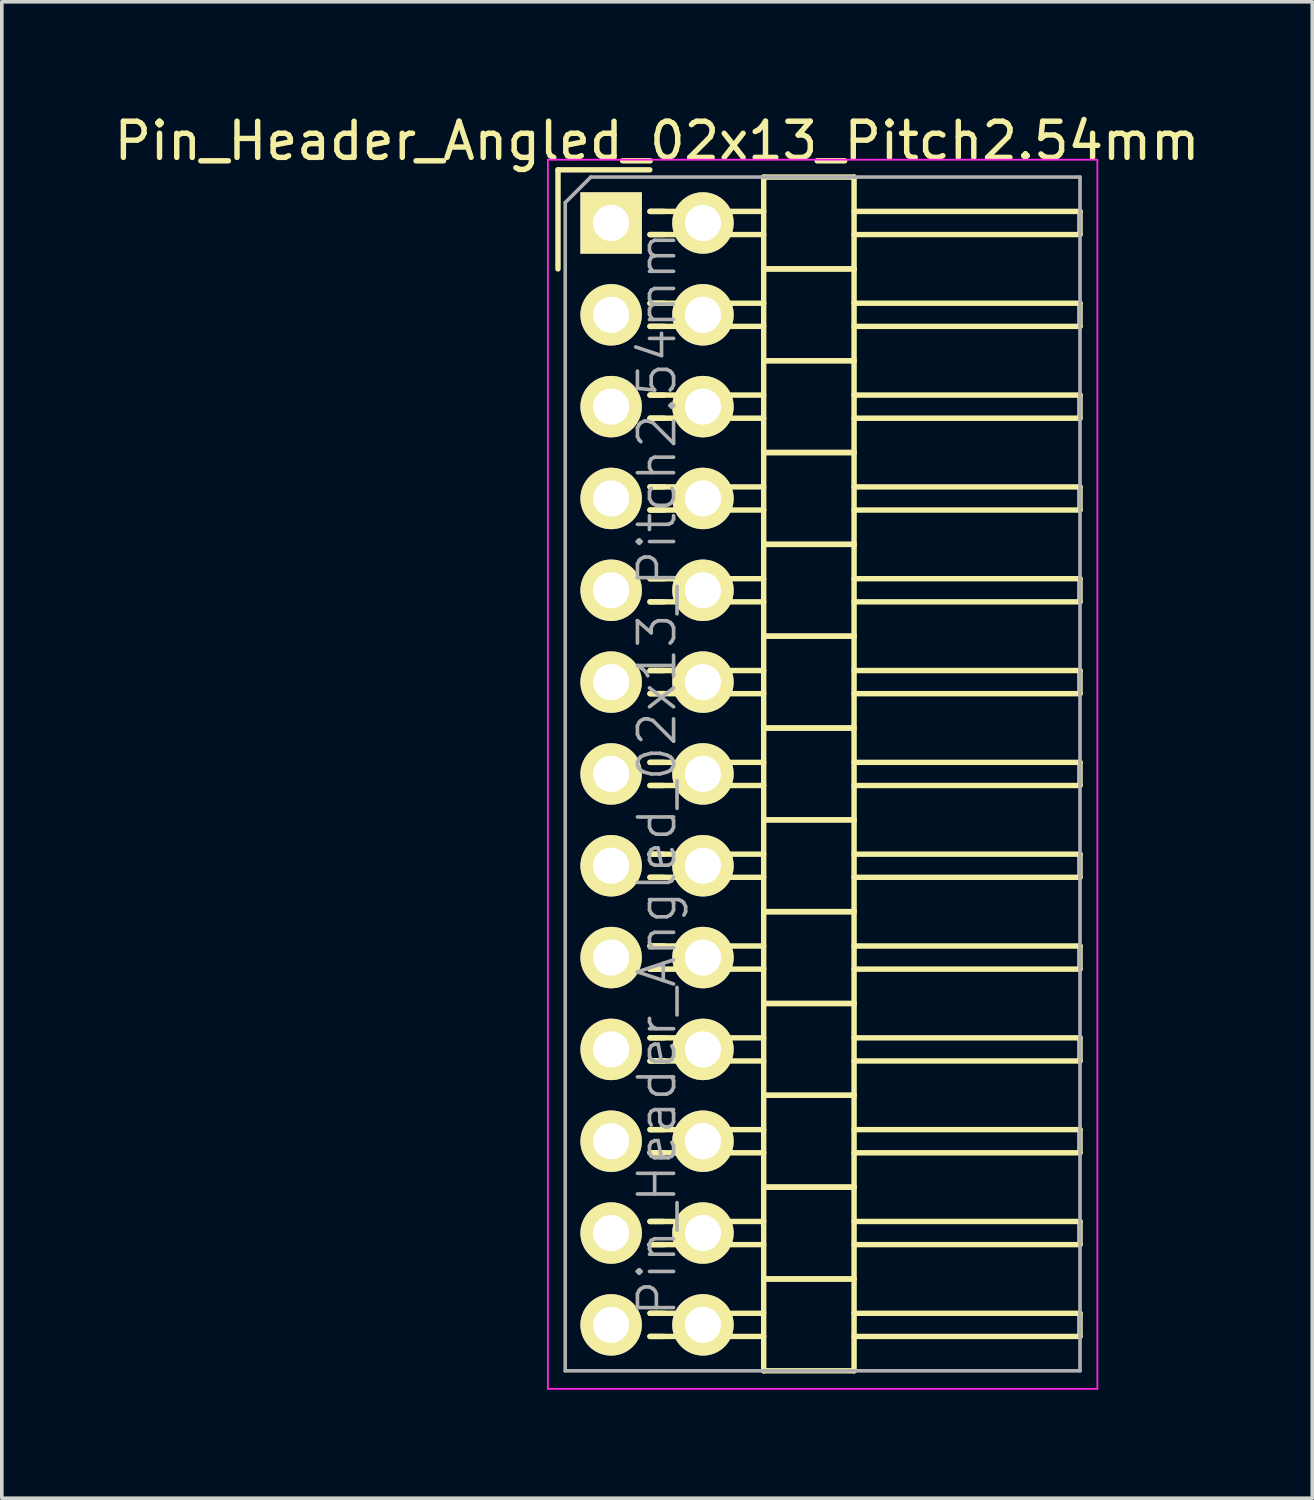
<source format=kicad_pcb>
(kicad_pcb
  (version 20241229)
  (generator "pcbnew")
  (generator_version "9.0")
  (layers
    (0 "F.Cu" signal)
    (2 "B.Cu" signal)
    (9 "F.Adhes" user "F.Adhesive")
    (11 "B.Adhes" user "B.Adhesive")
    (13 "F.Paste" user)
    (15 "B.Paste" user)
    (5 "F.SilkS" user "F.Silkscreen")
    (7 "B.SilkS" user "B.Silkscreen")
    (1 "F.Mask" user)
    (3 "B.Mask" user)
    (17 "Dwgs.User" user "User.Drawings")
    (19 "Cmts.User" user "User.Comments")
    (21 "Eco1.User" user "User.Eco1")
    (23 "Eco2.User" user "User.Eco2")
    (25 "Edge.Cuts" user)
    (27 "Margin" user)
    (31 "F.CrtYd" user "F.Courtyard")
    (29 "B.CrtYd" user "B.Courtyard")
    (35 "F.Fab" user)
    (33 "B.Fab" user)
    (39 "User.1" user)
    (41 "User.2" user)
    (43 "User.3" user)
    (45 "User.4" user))
  (footprint "Pin_Header_Angled_02x13_Pitch2.54mm"
    (layer "F.Cu")
    (at 13.855 3.118)
    (property "Reference" "Pin_Header_Angled_02x13_Pitch2.54mm" (at 1.27 -2.27 0) (layer "F.SilkS") (effects (font (size 1 1) (thickness 0.15))))
    (attr smd)
    (fp_line (start -1.47 -1.47) (end -1.47 1.27) (stroke (width 0.15) (type solid)) (layer "F.SilkS"))
    (fp_line (start -1.47 -1.47) (end 1.07 -1.47) (stroke (width 0.15) (type solid)) (layer "F.SilkS"))
    (fp_line (start 1.465 -0.32) (end 1.075 -0.32) (stroke (width 0.15) (type solid)) (layer "F.SilkS"))
    (fp_line (start 1.465 0.32) (end 1.075 0.32) (stroke (width 0.15) (type solid)) (layer "F.SilkS"))
    (fp_line (start 1.465 2.22) (end 1.075 2.22) (stroke (width 0.15) (type solid)) (layer "F.SilkS"))
    (fp_line (start 1.465 2.86) (end 1.075 2.86) (stroke (width 0.15) (type solid)) (layer "F.SilkS"))
    (fp_line (start 1.465 4.76) (end 1.075 4.76) (stroke (width 0.15) (type solid)) (layer "F.SilkS"))
    (fp_line (start 1.465 5.4) (end 1.075 5.4) (stroke (width 0.15) (type solid)) (layer "F.SilkS"))
    (fp_line (start 1.465 7.3) (end 1.075 7.3) (stroke (width 0.15) (type solid)) (layer "F.SilkS"))
    (fp_line (start 1.465 7.94) (end 1.075 7.94) (stroke (width 0.15) (type solid)) (layer "F.SilkS"))
    (fp_line (start 1.465 9.84) (end 1.075 9.84) (stroke (width 0.15) (type solid)) (layer "F.SilkS"))
    (fp_line (start 1.465 10.48) (end 1.075 10.48) (stroke (width 0.15) (type solid)) (layer "F.SilkS"))
    (fp_line (start 1.465 12.38) (end 1.075 12.38) (stroke (width 0.15) (type solid)) (layer "F.SilkS"))
    (fp_line (start 1.465 13.02) (end 1.075 13.02) (stroke (width 0.15) (type solid)) (layer "F.SilkS"))
    (fp_line (start 1.465 14.92) (end 1.075 14.92) (stroke (width 0.15) (type solid)) (layer "F.SilkS"))
    (fp_line (start 1.465 15.56) (end 1.075 15.56) (stroke (width 0.15) (type solid)) (layer "F.SilkS"))
    (fp_line (start 1.465 17.46) (end 1.075 17.46) (stroke (width 0.15) (type solid)) (layer "F.SilkS"))
    (fp_line (start 1.465 18.1) (end 1.075 18.1) (stroke (width 0.15) (type solid)) (layer "F.SilkS"))
    (fp_line (start 1.465 20) (end 1.075 20) (stroke (width 0.15) (type solid)) (layer "F.SilkS"))
    (fp_line (start 1.465 20.64) (end 1.075 20.64) (stroke (width 0.15) (type solid)) (layer "F.SilkS"))
    (fp_line (start 1.465 22.54) (end 1.075 22.54) (stroke (width 0.15) (type solid)) (layer "F.SilkS"))
    (fp_line (start 1.465 23.18) (end 1.075 23.18) (stroke (width 0.15) (type solid)) (layer "F.SilkS"))
    (fp_line (start 1.465 25.08) (end 1.075 25.08) (stroke (width 0.15) (type solid)) (layer "F.SilkS"))
    (fp_line (start 1.465 25.72) (end 1.075 25.72) (stroke (width 0.15) (type solid)) (layer "F.SilkS"))
    (fp_line (start 1.465 27.62) (end 1.075 27.62) (stroke (width 0.15) (type solid)) (layer "F.SilkS"))
    (fp_line (start 1.465 28.26) (end 1.075 28.26) (stroke (width 0.15) (type solid)) (layer "F.SilkS"))
    (fp_line (start 1.465 30.16) (end 1.075 30.16) (stroke (width 0.15) (type solid)) (layer "F.SilkS"))
    (fp_line (start 1.465 30.8) (end 1.075 30.8) (stroke (width 0.15) (type solid)) (layer "F.SilkS"))
    (fp_line (start 4.22 -0.32) (end 1.075 -0.32) (stroke (width 0.15) (type solid)) (layer "F.SilkS"))
    (fp_line (start 4.22 0.32) (end 1.075 0.32) (stroke (width 0.15) (type solid)) (layer "F.SilkS"))
    (fp_line (start 4.22 1.27) (end 4.22 -1.27) (stroke (width 0.15) (type solid)) (layer "F.SilkS"))
    (fp_line (start 4.22 2.22) (end 1.075 2.22) (stroke (width 0.15) (type solid)) (layer "F.SilkS"))
    (fp_line (start 4.22 2.86) (end 1.075 2.86) (stroke (width 0.15) (type solid)) (layer "F.SilkS"))
    (fp_line (start 4.22 3.81) (end 4.22 1.27) (stroke (width 0.15) (type solid)) (layer "F.SilkS"))
    (fp_line (start 4.22 4.76) (end 1.075 4.76) (stroke (width 0.15) (type solid)) (layer "F.SilkS"))
    (fp_line (start 4.22 5.4) (end 1.075 5.4) (stroke (width 0.15) (type solid)) (layer "F.SilkS"))
    (fp_line (start 4.22 6.35) (end 4.22 3.81) (stroke (width 0.15) (type solid)) (layer "F.SilkS"))
    (fp_line (start 4.22 7.3) (end 1.075 7.3) (stroke (width 0.15) (type solid)) (layer "F.SilkS"))
    (fp_line (start 4.22 7.94) (end 1.075 7.94) (stroke (width 0.15) (type solid)) (layer "F.SilkS"))
    (fp_line (start 4.22 8.89) (end 4.22 6.35) (stroke (width 0.15) (type solid)) (layer "F.SilkS"))
    (fp_line (start 4.22 9.84) (end 1.075 9.84) (stroke (width 0.15) (type solid)) (layer "F.SilkS"))
    (fp_line (start 4.22 10.48) (end 1.075 10.48) (stroke (width 0.15) (type solid)) (layer "F.SilkS"))
    (fp_line (start 4.22 11.43) (end 4.22 8.89) (stroke (width 0.15) (type solid)) (layer "F.SilkS"))
    (fp_line (start 4.22 12.38) (end 1.075 12.38) (stroke (width 0.15) (type solid)) (layer "F.SilkS"))
    (fp_line (start 4.22 13.02) (end 1.075 13.02) (stroke (width 0.15) (type solid)) (layer "F.SilkS"))
    (fp_line (start 4.22 13.97) (end 4.22 11.43) (stroke (width 0.15) (type solid)) (layer "F.SilkS"))
    (fp_line (start 4.22 14.92) (end 1.075 14.92) (stroke (width 0.15) (type solid)) (layer "F.SilkS"))
    (fp_line (start 4.22 15.56) (end 1.075 15.56) (stroke (width 0.15) (type solid)) (layer "F.SilkS"))
    (fp_line (start 4.22 16.51) (end 4.22 13.97) (stroke (width 0.15) (type solid)) (layer "F.SilkS"))
    (fp_line (start 4.22 17.46) (end 1.075 17.46) (stroke (width 0.15) (type solid)) (layer "F.SilkS"))
    (fp_line (start 4.22 18.1) (end 1.075 18.1) (stroke (width 0.15) (type solid)) (layer "F.SilkS"))
    (fp_line (start 4.22 19.05) (end 4.22 16.51) (stroke (width 0.15) (type solid)) (layer "F.SilkS"))
    (fp_line (start 4.22 20) (end 1.075 20) (stroke (width 0.15) (type solid)) (layer "F.SilkS"))
    (fp_line (start 4.22 20.64) (end 1.075 20.64) (stroke (width 0.15) (type solid)) (layer "F.SilkS"))
    (fp_line (start 4.22 21.59) (end 4.22 19.05) (stroke (width 0.15) (type solid)) (layer "F.SilkS"))
    (fp_line (start 4.22 22.54) (end 1.075 22.54) (stroke (width 0.15) (type solid)) (layer "F.SilkS"))
    (fp_line (start 4.22 23.18) (end 1.075 23.18) (stroke (width 0.15) (type solid)) (layer "F.SilkS"))
    (fp_line (start 4.22 24.13) (end 4.22 21.59) (stroke (width 0.15) (type solid)) (layer "F.SilkS"))
    (fp_line (start 4.22 25.08) (end 1.075 25.08) (stroke (width 0.15) (type solid)) (layer "F.SilkS"))
    (fp_line (start 4.22 25.72) (end 1.075 25.72) (stroke (width 0.15) (type solid)) (layer "F.SilkS"))
    (fp_line (start 4.22 26.67) (end 4.22 24.13) (stroke (width 0.15) (type solid)) (layer "F.SilkS"))
    (fp_line (start 4.22 27.62) (end 1.075 27.62) (stroke (width 0.15) (type solid)) (layer "F.SilkS"))
    (fp_line (start 4.22 28.26) (end 1.075 28.26) (stroke (width 0.15) (type solid)) (layer "F.SilkS"))
    (fp_line (start 4.22 29.21) (end 4.22 26.67) (stroke (width 0.15) (type solid)) (layer "F.SilkS"))
    (fp_line (start 4.22 30.16) (end 1.075 30.16) (stroke (width 0.15) (type solid)) (layer "F.SilkS"))
    (fp_line (start 4.22 30.8) (end 1.075 30.8) (stroke (width 0.15) (type solid)) (layer "F.SilkS"))
    (fp_line (start 4.22 31.75) (end 4.22 29.21) (stroke (width 0.15) (type solid)) (layer "F.SilkS"))
    (fp_line (start 6.72 -1.27) (end 4.22 -1.27) (stroke (width 0.15) (type solid)) (layer "F.SilkS"))
    (fp_line (start 6.72 -0.32) (end 12.97 -0.32) (stroke (width 0.15) (type solid)) (layer "F.SilkS"))
    (fp_line (start 6.72 0.32) (end 12.97 0.32) (stroke (width 0.15) (type solid)) (layer "F.SilkS"))
    (fp_line (start 6.72 1.27) (end 4.22 1.27) (stroke (width 0.15) (type solid)) (layer "F.SilkS"))
    (fp_line (start 6.72 1.27) (end 4.22 1.27) (stroke (width 0.15) (type solid)) (layer "F.SilkS"))
    (fp_line (start 6.72 1.27) (end 6.72 -1.27) (stroke (width 0.15) (type solid)) (layer "F.SilkS"))
    (fp_line (start 6.72 2.22) (end 12.97 2.22) (stroke (width 0.15) (type solid)) (layer "F.SilkS"))
    (fp_line (start 6.72 2.86) (end 12.97 2.86) (stroke (width 0.15) (type solid)) (layer "F.SilkS"))
    (fp_line (start 6.72 3.81) (end 4.22 3.81) (stroke (width 0.15) (type solid)) (layer "F.SilkS"))
    (fp_line (start 6.72 3.81) (end 4.22 3.81) (stroke (width 0.15) (type solid)) (layer "F.SilkS"))
    (fp_line (start 6.72 3.81) (end 6.72 1.27) (stroke (width 0.15) (type solid)) (layer "F.SilkS"))
    (fp_line (start 6.72 4.76) (end 12.97 4.76) (stroke (width 0.15) (type solid)) (layer "F.SilkS"))
    (fp_line (start 6.72 5.4) (end 12.97 5.4) (stroke (width 0.15) (type solid)) (layer "F.SilkS"))
    (fp_line (start 6.72 6.35) (end 4.22 6.35) (stroke (width 0.15) (type solid)) (layer "F.SilkS"))
    (fp_line (start 6.72 6.35) (end 4.22 6.35) (stroke (width 0.15) (type solid)) (layer "F.SilkS"))
    (fp_line (start 6.72 6.35) (end 6.72 3.81) (stroke (width 0.15) (type solid)) (layer "F.SilkS"))
    (fp_line (start 6.72 7.3) (end 12.97 7.3) (stroke (width 0.15) (type solid)) (layer "F.SilkS"))
    (fp_line (start 6.72 7.94) (end 12.97 7.94) (stroke (width 0.15) (type solid)) (layer "F.SilkS"))
    (fp_line (start 6.72 8.89) (end 4.22 8.89) (stroke (width 0.15) (type solid)) (layer "F.SilkS"))
    (fp_line (start 6.72 8.89) (end 4.22 8.89) (stroke (width 0.15) (type solid)) (layer "F.SilkS"))
    (fp_line (start 6.72 8.89) (end 6.72 6.35) (stroke (width 0.15) (type solid)) (layer "F.SilkS"))
    (fp_line (start 6.72 9.84) (end 12.97 9.84) (stroke (width 0.15) (type solid)) (layer "F.SilkS"))
    (fp_line (start 6.72 10.48) (end 12.97 10.48) (stroke (width 0.15) (type solid)) (layer "F.SilkS"))
    (fp_line (start 6.72 11.43) (end 4.22 11.43) (stroke (width 0.15) (type solid)) (layer "F.SilkS"))
    (fp_line (start 6.72 11.43) (end 4.22 11.43) (stroke (width 0.15) (type solid)) (layer "F.SilkS"))
    (fp_line (start 6.72 11.43) (end 6.72 8.89) (stroke (width 0.15) (type solid)) (layer "F.SilkS"))
    (fp_line (start 6.72 12.38) (end 12.97 12.38) (stroke (width 0.15) (type solid)) (layer "F.SilkS"))
    (fp_line (start 6.72 13.02) (end 12.97 13.02) (stroke (width 0.15) (type solid)) (layer "F.SilkS"))
    (fp_line (start 6.72 13.97) (end 4.22 13.97) (stroke (width 0.15) (type solid)) (layer "F.SilkS"))
    (fp_line (start 6.72 13.97) (end 4.22 13.97) (stroke (width 0.15) (type solid)) (layer "F.SilkS"))
    (fp_line (start 6.72 13.97) (end 6.72 11.43) (stroke (width 0.15) (type solid)) (layer "F.SilkS"))
    (fp_line (start 6.72 14.92) (end 12.97 14.92) (stroke (width 0.15) (type solid)) (layer "F.SilkS"))
    (fp_line (start 6.72 15.56) (end 12.97 15.56) (stroke (width 0.15) (type solid)) (layer "F.SilkS"))
    (fp_line (start 6.72 16.51) (end 4.22 16.51) (stroke (width 0.15) (type solid)) (layer "F.SilkS"))
    (fp_line (start 6.72 16.51) (end 4.22 16.51) (stroke (width 0.15) (type solid)) (layer "F.SilkS"))
    (fp_line (start 6.72 16.51) (end 6.72 13.97) (stroke (width 0.15) (type solid)) (layer "F.SilkS"))
    (fp_line (start 6.72 17.46) (end 12.97 17.46) (stroke (width 0.15) (type solid)) (layer "F.SilkS"))
    (fp_line (start 6.72 18.1) (end 12.97 18.1) (stroke (width 0.15) (type solid)) (layer "F.SilkS"))
    (fp_line (start 6.72 19.05) (end 4.22 19.05) (stroke (width 0.15) (type solid)) (layer "F.SilkS"))
    (fp_line (start 6.72 19.05) (end 4.22 19.05) (stroke (width 0.15) (type solid)) (layer "F.SilkS"))
    (fp_line (start 6.72 19.05) (end 6.72 16.51) (stroke (width 0.15) (type solid)) (layer "F.SilkS"))
    (fp_line (start 6.72 20) (end 12.97 20) (stroke (width 0.15) (type solid)) (layer "F.SilkS"))
    (fp_line (start 6.72 20.64) (end 12.97 20.64) (stroke (width 0.15) (type solid)) (layer "F.SilkS"))
    (fp_line (start 6.72 21.59) (end 4.22 21.59) (stroke (width 0.15) (type solid)) (layer "F.SilkS"))
    (fp_line (start 6.72 21.59) (end 4.22 21.59) (stroke (width 0.15) (type solid)) (layer "F.SilkS"))
    (fp_line (start 6.72 21.59) (end 6.72 19.05) (stroke (width 0.15) (type solid)) (layer "F.SilkS"))
    (fp_line (start 6.72 22.54) (end 12.97 22.54) (stroke (width 0.15) (type solid)) (layer "F.SilkS"))
    (fp_line (start 6.72 23.18) (end 12.97 23.18) (stroke (width 0.15) (type solid)) (layer "F.SilkS"))
    (fp_line (start 6.72 24.13) (end 4.22 24.13) (stroke (width 0.15) (type solid)) (layer "F.SilkS"))
    (fp_line (start 6.72 24.13) (end 4.22 24.13) (stroke (width 0.15) (type solid)) (layer "F.SilkS"))
    (fp_line (start 6.72 24.13) (end 6.72 21.59) (stroke (width 0.15) (type solid)) (layer "F.SilkS"))
    (fp_line (start 6.72 25.08) (end 12.97 25.08) (stroke (width 0.15) (type solid)) (layer "F.SilkS"))
    (fp_line (start 6.72 25.72) (end 12.97 25.72) (stroke (width 0.15) (type solid)) (layer "F.SilkS"))
    (fp_line (start 6.72 26.67) (end 4.22 26.67) (stroke (width 0.15) (type solid)) (layer "F.SilkS"))
    (fp_line (start 6.72 26.67) (end 4.22 26.67) (stroke (width 0.15) (type solid)) (layer "F.SilkS"))
    (fp_line (start 6.72 26.67) (end 6.72 24.13) (stroke (width 0.15) (type solid)) (layer "F.SilkS"))
    (fp_line (start 6.72 27.62) (end 12.97 27.62) (stroke (width 0.15) (type solid)) (layer "F.SilkS"))
    (fp_line (start 6.72 28.26) (end 12.97 28.26) (stroke (width 0.15) (type solid)) (layer "F.SilkS"))
    (fp_line (start 6.72 29.21) (end 4.22 29.21) (stroke (width 0.15) (type solid)) (layer "F.SilkS"))
    (fp_line (start 6.72 29.21) (end 4.22 29.21) (stroke (width 0.15) (type solid)) (layer "F.SilkS"))
    (fp_line (start 6.72 29.21) (end 6.72 26.67) (stroke (width 0.15) (type solid)) (layer "F.SilkS"))
    (fp_line (start 6.72 30.16) (end 12.97 30.16) (stroke (width 0.15) (type solid)) (layer "F.SilkS"))
    (fp_line (start 6.72 30.8) (end 12.97 30.8) (stroke (width 0.15) (type solid)) (layer "F.SilkS"))
    (fp_line (start 6.72 31.75) (end 4.22 31.75) (stroke (width 0.15) (type solid)) (layer "F.SilkS"))
    (fp_line (start 6.72 31.75) (end 6.72 29.21) (stroke (width 0.15) (type solid)) (layer "F.SilkS"))
    (fp_line (start 12.97 0.32) (end 12.97 -0.32) (stroke (width 0.15) (type solid)) (layer "F.SilkS"))
    (fp_line (start 12.97 2.86) (end 12.97 2.22) (stroke (width 0.15) (type solid)) (layer "F.SilkS"))
    (fp_line (start 12.97 5.4) (end 12.97 4.76) (stroke (width 0.15) (type solid)) (layer "F.SilkS"))
    (fp_line (start 12.97 7.94) (end 12.97 7.3) (stroke (width 0.15) (type solid)) (layer "F.SilkS"))
    (fp_line (start 12.97 10.48) (end 12.97 9.84) (stroke (width 0.15) (type solid)) (layer "F.SilkS"))
    (fp_line (start 12.97 13.02) (end 12.97 12.38) (stroke (width 0.15) (type solid)) (layer "F.SilkS"))
    (fp_line (start 12.97 15.56) (end 12.97 14.92) (stroke (width 0.15) (type solid)) (layer "F.SilkS"))
    (fp_line (start 12.97 18.1) (end 12.97 17.46) (stroke (width 0.15) (type solid)) (layer "F.SilkS"))
    (fp_line (start 12.97 20.64) (end 12.97 20) (stroke (width 0.15) (type solid)) (layer "F.SilkS"))
    (fp_line (start 12.97 23.18) (end 12.97 22.54) (stroke (width 0.15) (type solid)) (layer "F.SilkS"))
    (fp_line (start 12.97 25.72) (end 12.97 25.08) (stroke (width 0.15) (type solid)) (layer "F.SilkS"))
    (fp_line (start 12.97 28.26) (end 12.97 27.62) (stroke (width 0.15) (type solid)) (layer "F.SilkS"))
    (fp_line (start 12.97 30.8) (end 12.97 30.16) (stroke (width 0.15) (type solid)) (layer "F.SilkS"))
    (fp_line (start -1.75 -1.75) (end -1.75 32.25) (stroke (width 0.05) (type solid)) (layer "F.CrtYd"))
    (fp_line (start 13.45 -1.75) (end -1.75 -1.75) (stroke (width 0.05) (type solid)) (layer "F.CrtYd"))
    (fp_line (start 13.45 -1.75) (end 13.45 32.25) (stroke (width 0.05) (type solid)) (layer "F.CrtYd"))
    (fp_line (start 13.45 32.25) (end -1.75 32.25) (stroke (width 0.05) (type solid)) (layer "F.CrtYd"))
    (fp_line (start -1.27 -0.563) (end -0.563 -1.27) (stroke (width 0.1) (type solid)) (layer "F.Fab"))
    (fp_line (start -1.27 31.75) (end -1.27 -0.563) (stroke (width 0.1) (type solid)) (layer "F.Fab"))
    (fp_line (start 12.97 -1.27) (end -0.563 -1.27) (stroke (width 0.1) (type solid)) (layer "F.Fab"))
    (fp_line (start 12.97 31.75) (end -1.27 31.75) (stroke (width 0.1) (type solid)) (layer "F.Fab"))
    (fp_line (start 12.97 31.75) (end 12.97 -1.27) (stroke (width 0.1) (type solid)) (layer "F.Fab"))
    (fp_text user "${REFERENCE}" (at 1.27 15.24 90) (layer "F.Fab") (effects (font (size 1 1) (thickness 0.1))))
    (pad "1" thru_hole rect (at 0 0) (size 1.7 1.7) (drill 1) (layers "*.Cu" "*.Mask" "F.SilkS"))
    (pad "2" thru_hole oval (at 2.54 0) (size 1.7 1.7) (drill 1) (layers "*.Cu" "*.Mask" "F.SilkS"))
    (pad "3" thru_hole oval (at 0 2.54) (size 1.7 1.7) (drill 1) (layers "*.Cu" "*.Mask" "F.SilkS"))
    (pad "4" thru_hole oval (at 2.54 2.54) (size 1.7 1.7) (drill 1) (layers "*.Cu" "*.Mask" "F.SilkS"))
    (pad "5" thru_hole oval (at 0 5.08) (size 1.7 1.7) (drill 1) (layers "*.Cu" "*.Mask" "F.SilkS"))
    (pad "6" thru_hole oval (at 2.54 5.08) (size 1.7 1.7) (drill 1) (layers "*.Cu" "*.Mask" "F.SilkS"))
    (pad "7" thru_hole oval (at 0 7.62) (size 1.7 1.7) (drill 1) (layers "*.Cu" "*.Mask" "F.SilkS"))
    (pad "8" thru_hole oval (at 2.54 7.62) (size 1.7 1.7) (drill 1) (layers "*.Cu" "*.Mask" "F.SilkS"))
    (pad "9" thru_hole oval (at 0 10.16) (size 1.7 1.7) (drill 1) (layers "*.Cu" "*.Mask" "F.SilkS"))
    (pad "10" thru_hole oval (at 2.54 10.16) (size 1.7 1.7) (drill 1) (layers "*.Cu" "*.Mask" "F.SilkS"))
    (pad "11" thru_hole oval (at 0 12.7) (size 1.7 1.7) (drill 1) (layers "*.Cu" "*.Mask" "F.SilkS"))
    (pad "12" thru_hole oval (at 2.54 12.7) (size 1.7 1.7) (drill 1) (layers "*.Cu" "*.Mask" "F.SilkS"))
    (pad "13" thru_hole oval (at 0 15.24) (size 1.7 1.7) (drill 1) (layers "*.Cu" "*.Mask" "F.SilkS"))
    (pad "14" thru_hole oval (at 2.54 15.24) (size 1.7 1.7) (drill 1) (layers "*.Cu" "*.Mask" "F.SilkS"))
    (pad "15" thru_hole oval (at 0 17.78) (size 1.7 1.7) (drill 1) (layers "*.Cu" "*.Mask" "F.SilkS"))
    (pad "16" thru_hole oval (at 2.54 17.78) (size 1.7 1.7) (drill 1) (layers "*.Cu" "*.Mask" "F.SilkS"))
    (pad "17" thru_hole oval (at 0 20.32) (size 1.7 1.7) (drill 1) (layers "*.Cu" "*.Mask" "F.SilkS"))
    (pad "18" thru_hole oval (at 2.54 20.32) (size 1.7 1.7) (drill 1) (layers "*.Cu" "*.Mask" "F.SilkS"))
    (pad "19" thru_hole oval (at 0 22.86) (size 1.7 1.7) (drill 1) (layers "*.Cu" "*.Mask" "F.SilkS"))
    (pad "20" thru_hole oval (at 2.54 22.86) (size 1.7 1.7) (drill 1) (layers "*.Cu" "*.Mask" "F.SilkS"))
    (pad "21" thru_hole oval (at 0 25.4) (size 1.7 1.7) (drill 1) (layers "*.Cu" "*.Mask" "F.SilkS"))
    (pad "22" thru_hole oval (at 2.54 25.4) (size 1.7 1.7) (drill 1) (layers "*.Cu" "*.Mask" "F.SilkS"))
    (pad "23" thru_hole oval (at 0 27.94) (size 1.7 1.7) (drill 1) (layers "*.Cu" "*.Mask" "F.SilkS"))
    (pad "24" thru_hole oval (at 2.54 27.94) (size 1.7 1.7) (drill 1) (layers "*.Cu" "*.Mask" "F.SilkS"))
    (pad "25" thru_hole oval (at 0 30.48) (size 1.7 1.7) (drill 1) (layers "*.Cu" "*.Mask" "F.SilkS"))
    (pad "26" thru_hole oval (at 2.54 30.48) (size 1.7 1.7) (drill 1) (layers "*.Cu" "*.Mask" "F.SilkS")))
  (gr_rect
    (start -3 -3)
    (end 33.25 38.393)
    (stroke (width 0.1) (type default))
    (fill no)
    (layer "Edge.Cuts")))
</source>
